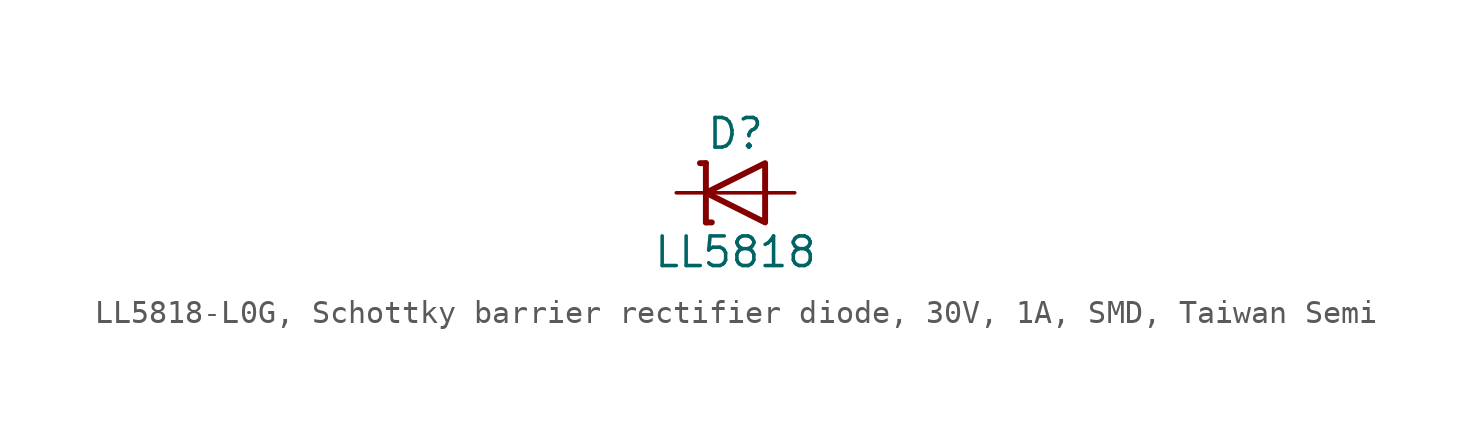
<source format=kicad_sym>
(kicad_symbol_lib
  (version 20241209)
  (generator "kicad_symbol_editor")
  (generator_version "9.0")
  (symbol "LL5818-L0G, Schottky barrier rectifier diode, 30V, 1A, SMD, Taiwan Semi"
    (pin_numbers
      (hide yes))
    (pin_names
      (offset 1.016)
      (hide yes))
    (property "Reference" "D"
      (at 0 2.54 0)
      (effects (font (size 1.27 1.27))))
    (property "Value" "LL5818"
      (at 0 -2.54 0)
      (effects (font (size 1.27 1.27))))
    (symbol "LL5818-L0G, Schottky barrier rectifier diode, 30V, 1A, SMD, Taiwan Semi_0_0"
      (polyline (pts (xy -1.27 0) (xy 1.27 0)) (stroke (width 0.152) (type default)) (fill (type none))))
    (symbol "LL5818-L0G, Schottky barrier rectifier diode, 30V, 1A, SMD, Taiwan Semi_0_1"
      (polyline (pts (xy -1.524 1.27) (xy -1.27 1.27)) (stroke (width 0.254) (type default)) (fill (type none)))
      (polyline (pts (xy -1.27 1.27) (xy -1.27 -1.27)) (stroke (width 0.254) (type default)) (fill (type none)))
      (polyline (pts (xy -1.27 -1.27) (xy -1.016 -1.27)) (stroke (width 0.254) (type default)) (fill (type none)))
      (polyline (pts (xy 1.27 1.27) (xy 1.27 -1.27) (xy -1.27 0) (xy 1.27 1.27)) (stroke (width 0.254) (type default)) (fill (type none))))
    (symbol "LL5818-L0G, Schottky barrier rectifier diode, 30V, 1A, SMD, Taiwan Semi_1_1"
      (pin passive line (at -2.54 0 0) (length 1.27) (name "C" (effects (font (size 1.27 1.27)))) (number "1" (effects (font (size 1.27 1.27)))))
      (pin passive line (at 2.54 0 180) (length 1.27) (name "A" (effects (font (size 1.27 1.27)))) (number "2" (effects (font (size 1.27 1.27))))))))
</source>
